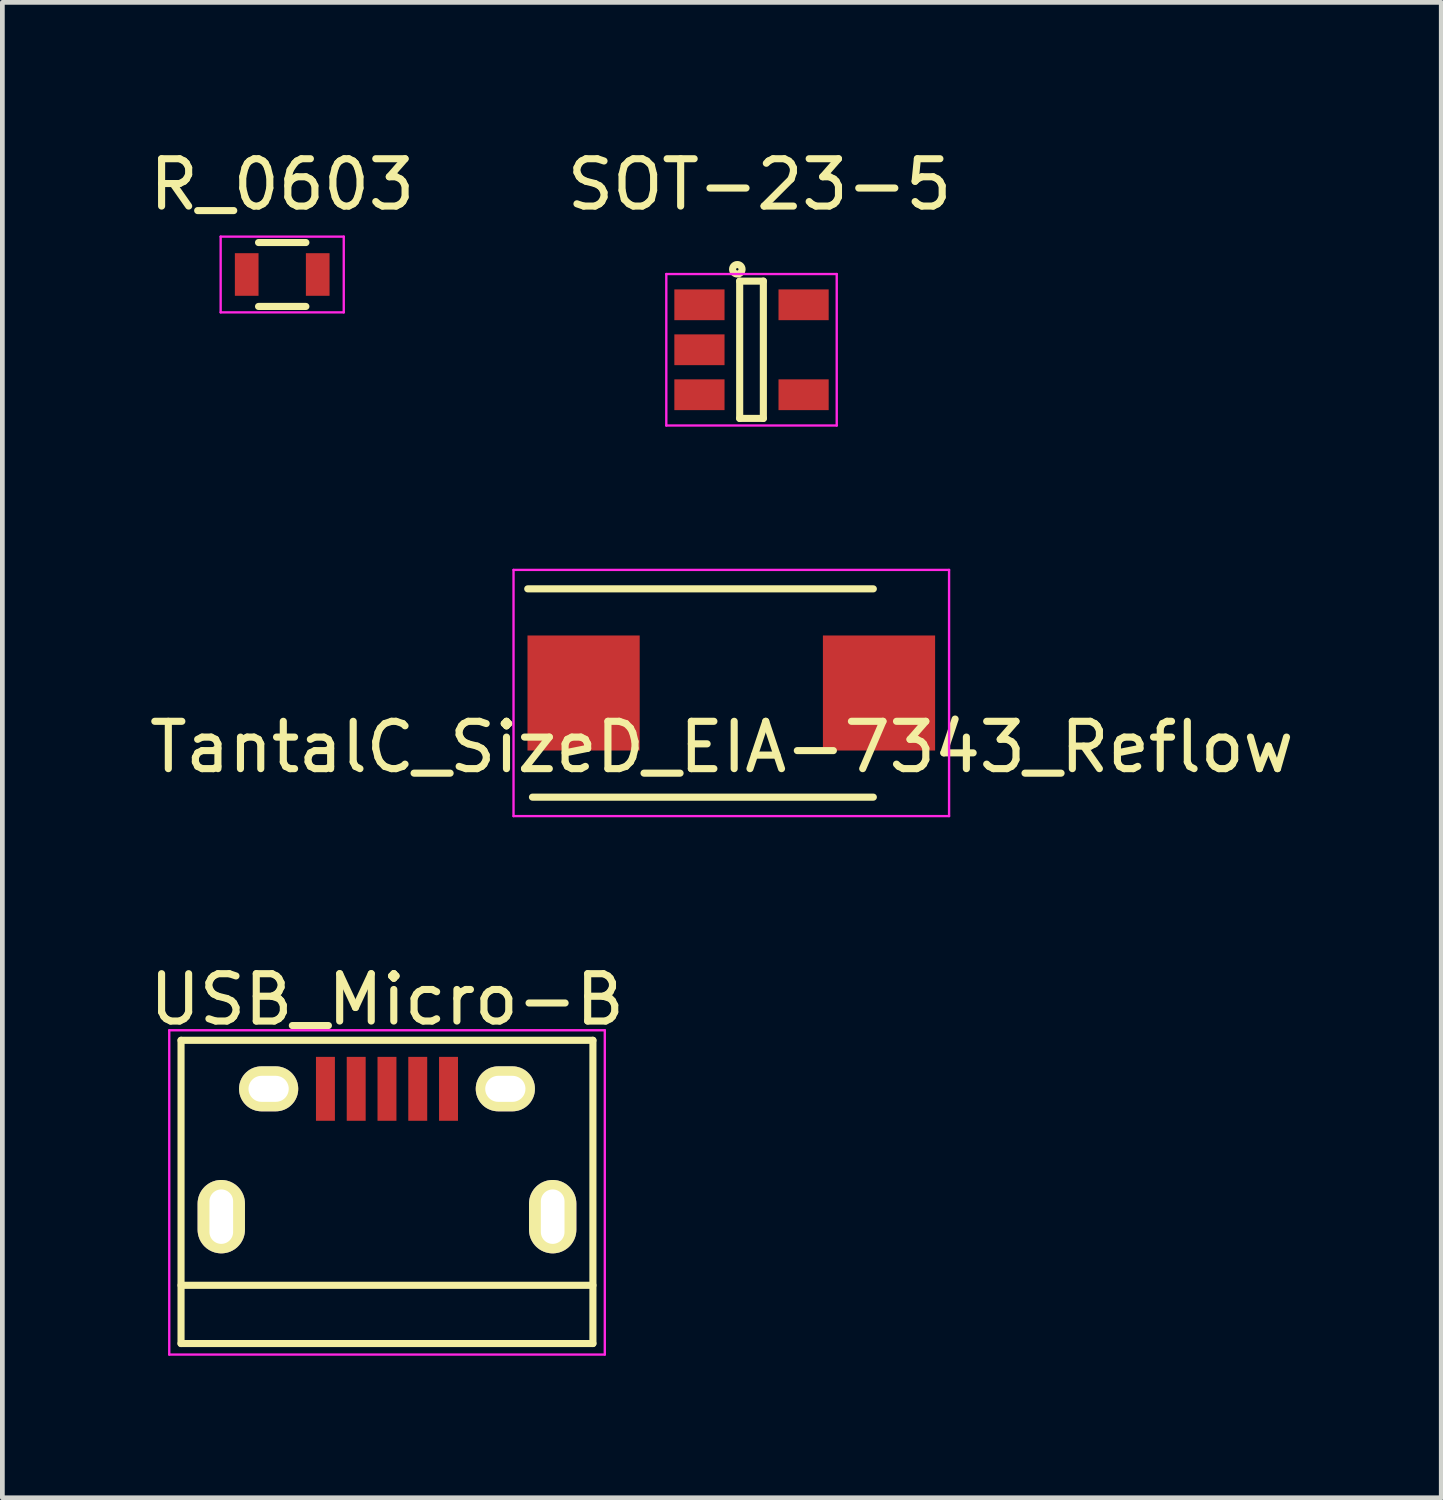
<source format=kicad_pcb>
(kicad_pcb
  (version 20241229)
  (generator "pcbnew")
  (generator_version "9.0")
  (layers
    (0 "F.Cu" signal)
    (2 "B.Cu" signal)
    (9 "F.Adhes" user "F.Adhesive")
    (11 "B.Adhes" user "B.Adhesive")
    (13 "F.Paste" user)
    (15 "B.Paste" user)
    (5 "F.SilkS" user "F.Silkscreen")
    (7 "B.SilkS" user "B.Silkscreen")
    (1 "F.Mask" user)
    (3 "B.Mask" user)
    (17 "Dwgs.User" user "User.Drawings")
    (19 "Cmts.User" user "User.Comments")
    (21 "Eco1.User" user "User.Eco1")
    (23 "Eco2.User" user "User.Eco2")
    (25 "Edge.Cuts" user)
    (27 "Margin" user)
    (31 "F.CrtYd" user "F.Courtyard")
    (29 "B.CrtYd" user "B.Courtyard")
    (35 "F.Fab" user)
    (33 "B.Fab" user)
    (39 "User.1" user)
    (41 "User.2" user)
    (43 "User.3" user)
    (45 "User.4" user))
  (footprint "USB_Micro-B"
    (layer "F.Cu")
    (at 5.125 21.512)
    (property "Reference" "USB_Micro-B" (at 0 -3.45 0) (layer "F.SilkS") (effects (font (size 1 1) (thickness 0.15))))
    (attr smd)
    (fp_line (start -4.351 -2.588) (end 4.349 -2.588) (stroke (width 0.15) (type solid)) (layer "F.SilkS"))
    (fp_line (start -4.351 3.817) (end -4.351 -2.588) (stroke (width 0.15) (type solid)) (layer "F.SilkS"))
    (fp_line (start -4.351 3.817) (end 4.349 3.817) (stroke (width 0.15) (type solid)) (layer "F.SilkS"))
    (fp_line (start 4.349 -2.588) (end 4.349 3.817) (stroke (width 0.15) (type solid)) (layer "F.SilkS"))
    (fp_line (start 4.349 2.587) (end -4.351 2.587) (stroke (width 0.15) (type solid)) (layer "F.SilkS"))
    (fp_line (start -4.6 -2.8) (end 4.6 -2.8) (stroke (width 0.05) (type solid)) (layer "F.CrtYd"))
    (fp_line (start -4.6 4.05) (end -4.6 -2.8) (stroke (width 0.05) (type solid)) (layer "F.CrtYd"))
    (fp_line (start 4.6 -2.8) (end 4.6 4.05) (stroke (width 0.05) (type solid)) (layer "F.CrtYd"))
    (fp_line (start 4.6 4.05) (end -4.6 4.05) (stroke (width 0.05) (type solid)) (layer "F.CrtYd"))
    (pad "1" smd rect (at -1.301 -1.563 90) (size 1.35 0.4) (layers "F.Cu" "F.Mask" "F.Paste"))
    (pad "2" smd rect (at -0.651 -1.563 90) (size 1.35 0.4) (layers "F.Cu" "F.Mask" "F.Paste"))
    (pad "3" smd rect (at -0.001 -1.563 90) (size 1.35 0.4) (layers "F.Cu" "F.Mask" "F.Paste"))
    (pad "4" smd rect (at 0.649 -1.563 90) (size 1.35 0.4) (layers "F.Cu" "F.Mask" "F.Paste"))
    (pad "5" smd rect (at 1.299 -1.563 90) (size 1.35 0.4) (layers "F.Cu" "F.Mask" "F.Paste"))
    (pad "6" thru_hole oval (at -3.501 1.137 90) (size 1.55 1) (drill oval 1.15 0.5) (layers "*.Cu" "*.Mask" "F.SilkS"))
    (pad "6" thru_hole oval (at -2.501 -1.563 90) (size 0.95 1.25) (drill oval 0.55 0.85) (layers "*.Cu" "*.Mask" "F.SilkS"))
    (pad "6" thru_hole oval (at 2.499 -1.563 90) (size 0.95 1.25) (drill oval 0.55 0.85) (layers "*.Cu" "*.Mask" "F.SilkS"))
    (pad "6" thru_hole oval (at 3.499 1.137 90) (size 1.55 1) (drill oval 1.15 0.5) (layers "*.Cu" "*.Mask" "F.SilkS")))
  (footprint "TantalC_SizeD_EIA-7343_Reflow"
    (layer "F.Cu")
    (at 12.397 11.588)
    (property "Reference" "TantalC_SizeD_EIA-7343_Reflow" (at -0.201 1.143 0) (layer "F.SilkS") (effects (font (size 1 1) (thickness 0.15))))
    (attr smd)
    (fp_line (start -4.2 2.2) (end 3 2.2) (stroke (width 0.15) (type solid)) (layer "F.SilkS"))
    (fp_line (start 3 -2.2) (end -4.3 -2.2) (stroke (width 0.15) (type solid)) (layer "F.SilkS"))
    (fp_line (start -4.6 -2.6) (end -4.6 2.6) (stroke (width 0.05) (type solid)) (layer "F.CrtYd"))
    (fp_line (start -4.6 2.6) (end 4.6 2.6) (stroke (width 0.05) (type solid)) (layer "F.CrtYd"))
    (fp_line (start 4.6 -2.6) (end -4.6 -2.6) (stroke (width 0.05) (type solid)) (layer "F.CrtYd"))
    (fp_line (start 4.6 2.6) (end 4.6 -2.6) (stroke (width 0.05) (type solid)) (layer "F.CrtYd"))
    (pad "1" smd rect (at -3.12 0) (size 2.37 2.43) (layers "F.Cu" "F.Mask" "F.Paste"))
    (pad "2" smd rect (at 3.12 0) (size 2.37 2.43) (layers "F.Cu" "F.Mask" "F.Paste")))
  (footprint "SOT-23-5"
    (layer "F.Cu")
    (at 12.824 4.338)
    (property "Reference" "SOT-23-5" (at 0.17 -3.49 0) (layer "F.SilkS") (effects (font (size 1 1) (thickness 0.15))))
    (attr smd)
    (fp_line (start -0.25 -1.45) (end -0.25 1.45) (stroke (width 0.15) (type solid)) (layer "F.SilkS"))
    (fp_line (start -0.25 1.45) (end 0.25 1.45) (stroke (width 0.15) (type solid)) (layer "F.SilkS"))
    (fp_line (start 0.25 -1.45) (end -0.25 -1.45) (stroke (width 0.15) (type solid)) (layer "F.SilkS"))
    (fp_line (start 0.25 1.45) (end 0.25 -1.45) (stroke (width 0.15) (type solid)) (layer "F.SilkS"))
    (fp_circle (center -0.3 -1.7) (end -0.2 -1.7) (stroke (width 0.15) (type solid)) (fill no) (layer "F.SilkS"))
    (fp_line (start -1.8 -1.6) (end 1.8 -1.6) (stroke (width 0.05) (type solid)) (layer "F.CrtYd"))
    (fp_line (start -1.8 1.6) (end -1.8 -1.6) (stroke (width 0.05) (type solid)) (layer "F.CrtYd"))
    (fp_line (start 1.8 -1.6) (end 1.8 1.6) (stroke (width 0.05) (type solid)) (layer "F.CrtYd"))
    (fp_line (start 1.8 1.6) (end -1.8 1.6) (stroke (width 0.05) (type solid)) (layer "F.CrtYd"))
    (pad "1" smd rect (at -1.1 -0.95) (size 1.06 0.65) (layers "F.Cu" "F.Mask" "F.Paste"))
    (pad "2" smd rect (at -1.1 0) (size 1.06 0.65) (layers "F.Cu" "F.Mask" "F.Paste"))
    (pad "3" smd rect (at -1.1 0.95) (size 1.06 0.65) (layers "F.Cu" "F.Mask" "F.Paste"))
    (pad "4" smd rect (at 1.1 0.95) (size 1.06 0.65) (layers "F.Cu" "F.Mask" "F.Paste"))
    (pad "5" smd rect (at 1.1 -0.95) (size 1.06 0.65) (layers "F.Cu" "F.Mask" "F.Paste")))
  (footprint "R_0603"
    (layer "F.Cu")
    (at 2.911 2.748)
    (property "Reference" "R_0603" (at 0 -1.9 0) (layer "F.SilkS") (effects (font (size 1 1) (thickness 0.15))))
    (attr smd)
    (fp_line (start -0.5 -0.675) (end 0.5 -0.675) (stroke (width 0.15) (type solid)) (layer "F.SilkS"))
    (fp_line (start 0.5 0.675) (end -0.5 0.675) (stroke (width 0.15) (type solid)) (layer "F.SilkS"))
    (fp_line (start -1.3 -0.8) (end -1.3 0.8) (stroke (width 0.05) (type solid)) (layer "F.CrtYd"))
    (fp_line (start -1.3 -0.8) (end 1.3 -0.8) (stroke (width 0.05) (type solid)) (layer "F.CrtYd"))
    (fp_line (start -1.3 0.8) (end 1.3 0.8) (stroke (width 0.05) (type solid)) (layer "F.CrtYd"))
    (fp_line (start 1.3 -0.8) (end 1.3 0.8) (stroke (width 0.05) (type solid)) (layer "F.CrtYd"))
    (pad "1" smd rect (at -0.75 0) (size 0.5 0.9) (layers "F.Cu" "F.Mask" "F.Paste"))
    (pad "2" smd rect (at 0.75 0) (size 0.5 0.9) (layers "F.Cu" "F.Mask" "F.Paste")))
  (gr_rect
    (start -3 -3)
    (end 27.393 28.587)
    (stroke (width 0.1) (type default))
    (fill no)
    (layer "Edge.Cuts")))
</source>
